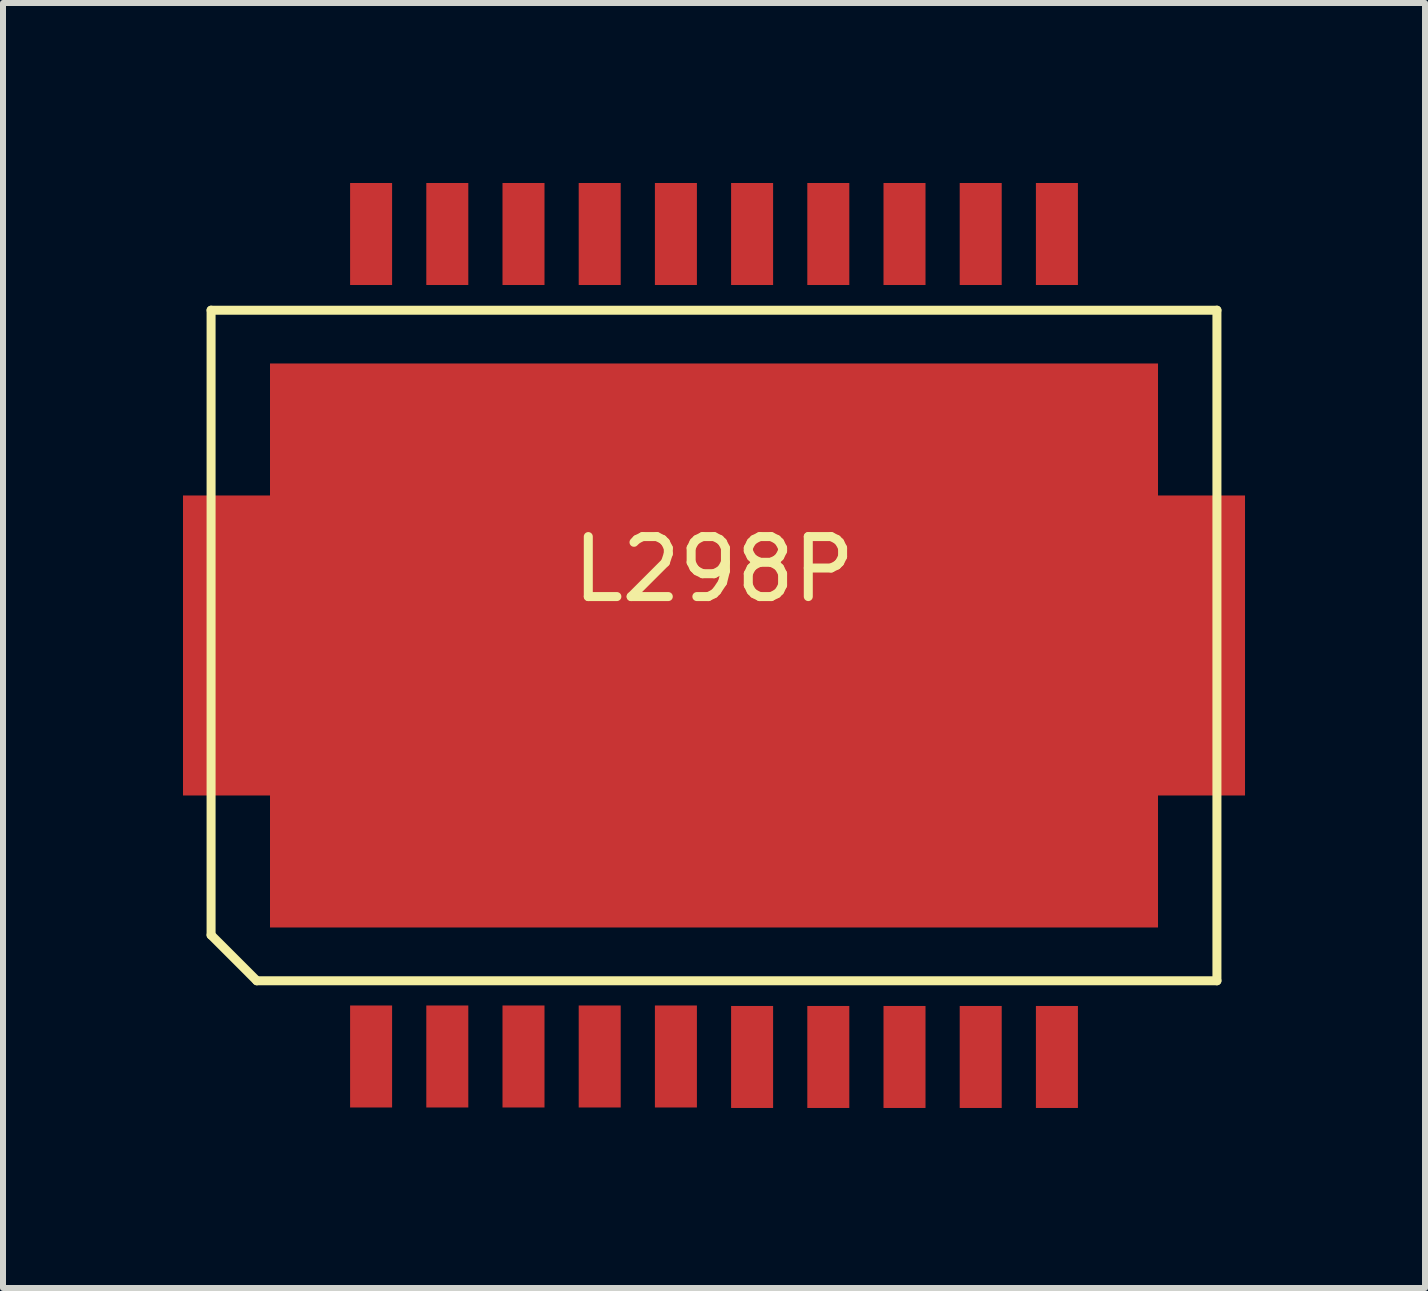
<source format=kicad_pcb>
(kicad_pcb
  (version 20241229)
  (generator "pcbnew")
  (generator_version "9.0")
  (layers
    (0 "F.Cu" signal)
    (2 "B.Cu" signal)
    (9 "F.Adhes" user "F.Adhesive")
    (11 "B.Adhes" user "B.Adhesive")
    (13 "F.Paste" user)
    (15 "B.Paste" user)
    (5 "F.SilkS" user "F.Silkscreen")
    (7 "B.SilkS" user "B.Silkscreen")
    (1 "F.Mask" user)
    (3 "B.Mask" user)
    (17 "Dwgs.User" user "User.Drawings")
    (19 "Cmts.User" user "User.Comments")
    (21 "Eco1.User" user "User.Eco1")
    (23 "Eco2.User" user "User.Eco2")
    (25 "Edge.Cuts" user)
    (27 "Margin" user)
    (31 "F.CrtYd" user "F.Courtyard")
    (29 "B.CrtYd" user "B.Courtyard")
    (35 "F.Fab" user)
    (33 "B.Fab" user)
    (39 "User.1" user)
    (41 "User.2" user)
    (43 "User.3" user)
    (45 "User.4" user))
  (footprint "L298P"
    (layer "F.Cu")
    (at 8.85 7.708)
    (property "Reference" "L298P" (at 0 -1.27 0) (layer "F.SilkS") (effects (font (size 1 1) (thickness 0.15))))
    (attr through_hole)
    (fp_line (start -8.382 -5.588) (end 8.382 -5.588) (stroke (width 0.15) (type solid)) (layer "F.SilkS"))
    (fp_line (start -8.382 4.826) (end -8.382 -5.588) (stroke (width 0.15) (type solid)) (layer "F.SilkS"))
    (fp_line (start -7.62 5.588) (end -8.382 4.826) (stroke (width 0.15) (type solid)) (layer "F.SilkS"))
    (fp_line (start 8.382 -5.588) (end 8.382 5.588) (stroke (width 0.15) (type solid)) (layer "F.SilkS"))
    (fp_line (start 8.382 5.588) (end -7.62 5.588) (stroke (width 0.15) (type solid)) (layer "F.SilkS"))
    (pad "" smd rect (at 0 0) (size 14.8 9.4) (layers "F.Cu" "F.Mask" "F.Paste"))
    (pad "" smd rect (at 0 0) (size 17.7 5) (layers "F.Cu" "F.Mask" "F.Paste"))
    (pad "1" smd rect (at -5.715 6.85) (size 0.7 1.7) (layers "F.Cu" "F.Mask" "F.Paste"))
    (pad "2" smd rect (at -4.445 6.85) (size 0.7 1.7) (layers "F.Cu" "F.Mask" "F.Paste"))
    (pad "3" smd rect (at -3.175 6.85) (size 0.7 1.7) (layers "F.Cu" "F.Mask" "F.Paste"))
    (pad "4" smd rect (at -1.905 6.85) (size 0.7 1.7) (layers "F.Cu" "F.Mask" "F.Paste"))
    (pad "5" smd rect (at -0.635 6.85) (size 0.7 1.7) (layers "F.Cu" "F.Mask" "F.Paste"))
    (pad "6" smd rect (at 0.635 6.858) (size 0.7 1.7) (layers "F.Cu" "F.Mask" "F.Paste"))
    (pad "7" smd rect (at 1.905 6.858) (size 0.7 1.7) (layers "F.Cu" "F.Mask" "F.Paste"))
    (pad "8" smd rect (at 3.175 6.858) (size 0.7 1.7) (layers "F.Cu" "F.Mask" "F.Paste"))
    (pad "9" smd rect (at 4.445 6.858) (size 0.7 1.7) (layers "F.Cu" "F.Mask" "F.Paste"))
    (pad "10" smd rect (at 5.715 6.858) (size 0.7 1.7) (layers "F.Cu" "F.Mask" "F.Paste"))
    (pad "11" smd rect (at 5.715 -6.858) (size 0.7 1.7) (layers "F.Cu" "F.Mask" "F.Paste"))
    (pad "12" smd rect (at 4.445 -6.858) (size 0.7 1.7) (layers "F.Cu" "F.Mask" "F.Paste"))
    (pad "13" smd rect (at 3.175 -6.858) (size 0.7 1.7) (layers "F.Cu" "F.Mask" "F.Paste"))
    (pad "14" smd rect (at 1.905 -6.858) (size 0.7 1.7) (layers "F.Cu" "F.Mask" "F.Paste"))
    (pad "15" smd rect (at 0.635 -6.858) (size 0.7 1.7) (layers "F.Cu" "F.Mask" "F.Paste"))
    (pad "16" smd rect (at -0.635 -6.858) (size 0.7 1.7) (layers "F.Cu" "F.Mask" "F.Paste"))
    (pad "17" smd rect (at -1.905 -6.858) (size 0.7 1.7) (layers "F.Cu" "F.Mask" "F.Paste"))
    (pad "18" smd rect (at -3.175 -6.858) (size 0.7 1.7) (layers "F.Cu" "F.Mask" "F.Paste"))
    (pad "19" smd rect (at -4.445 -6.858) (size 0.7 1.7) (layers "F.Cu" "F.Mask" "F.Paste"))
    (pad "20" smd rect (at -5.715 -6.858) (size 0.7 1.7) (layers "F.Cu" "F.Mask" "F.Paste")))
  (gr_rect
    (start -3 -3)
    (end 20.7 18.416)
    (stroke (width 0.1) (type default))
    (fill no)
    (layer "Edge.Cuts")))
</source>
